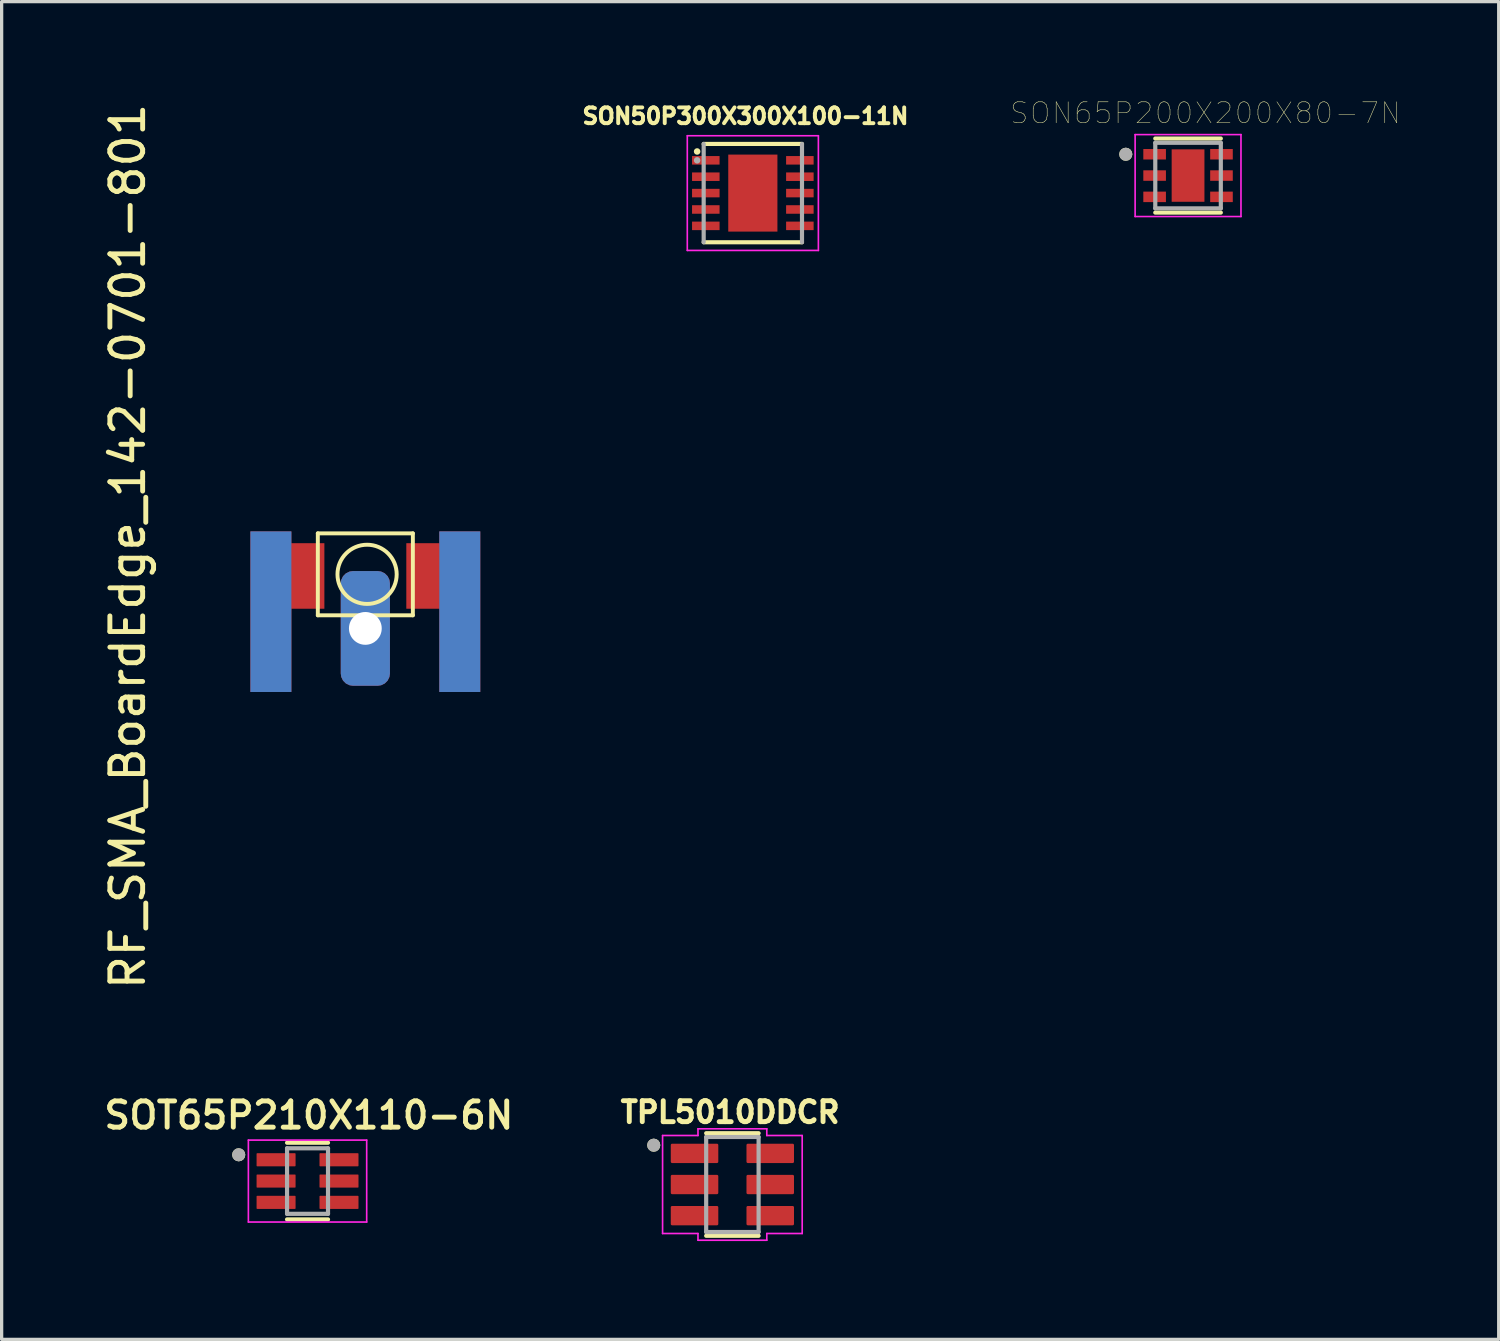
<source format=kicad_pcb>
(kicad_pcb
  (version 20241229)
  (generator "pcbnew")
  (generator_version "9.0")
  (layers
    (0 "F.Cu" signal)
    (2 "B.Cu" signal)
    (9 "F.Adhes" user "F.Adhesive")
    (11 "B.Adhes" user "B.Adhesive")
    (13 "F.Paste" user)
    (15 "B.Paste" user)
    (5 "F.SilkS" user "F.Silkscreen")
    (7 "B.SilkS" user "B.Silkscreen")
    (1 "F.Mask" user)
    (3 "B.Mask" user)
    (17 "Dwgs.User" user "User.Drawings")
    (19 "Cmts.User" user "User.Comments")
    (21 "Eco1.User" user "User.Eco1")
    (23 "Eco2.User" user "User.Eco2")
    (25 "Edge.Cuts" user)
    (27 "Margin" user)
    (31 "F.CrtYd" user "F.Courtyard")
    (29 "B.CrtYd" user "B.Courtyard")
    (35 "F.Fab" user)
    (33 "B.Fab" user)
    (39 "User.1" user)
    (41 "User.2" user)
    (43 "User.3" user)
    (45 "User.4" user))
  (footprint "SON50P300X300X100-11N"
    (layer "F.Cu")
    (at 19.922 2.842)
    (property "Reference" "SON50P300X300X100-11N" (at -0.226 -2.35 0) (layer "F.SilkS") (effects (font (size 0.481 0.481) (thickness 0.15))))
    (attr smd)
    (fp_line (start -1.5 -1.5) (end 1.5 -1.5) (stroke (width 0.127) (type solid)) (layer "F.SilkS"))
    (fp_line (start 1.5 1.5) (end -1.5 1.5) (stroke (width 0.127) (type solid)) (layer "F.SilkS"))
    (fp_circle (center -1.7 -1.27) (end -1.65 -1.27) (stroke (width 0.1) (type solid)) (fill no) (layer "F.SilkS"))
    (fp_poly (pts (xy -0.475 -0.75) (xy 0.475 -0.75) (xy 0.475 0.75) (xy -0.475 0.75)) (stroke (width 0.001) (type solid)) (fill yes) (layer "F.Paste"))
    (fp_line (start -2 -1.75) (end 2 -1.75) (stroke (width 0.05) (type solid)) (layer "F.CrtYd"))
    (fp_line (start -2 1.75) (end -2 -1.75) (stroke (width 0.05) (type solid)) (layer "F.CrtYd"))
    (fp_line (start 2 -1.75) (end 2 1.75) (stroke (width 0.05) (type solid)) (layer "F.CrtYd"))
    (fp_line (start 2 1.75) (end -2 1.75) (stroke (width 0.05) (type solid)) (layer "F.CrtYd"))
    (fp_line (start -1.5 1.5) (end -1.5 -1.5) (stroke (width 0.127) (type solid)) (layer "F.Fab"))
    (fp_line (start 1.5 -1.5) (end 1.5 1.5) (stroke (width 0.127) (type solid)) (layer "F.Fab"))
    (fp_circle (center -1.7 -1) (end -1.65 -1) (stroke (width 0.1) (type solid)) (fill no) (layer "F.Fab"))
    (pad "1" smd rect (at -1.435 -1) (size 0.84 0.26) (layers "F.Cu" "F.Mask" "F.Paste"))
    (pad "2" smd rect (at -1.435 -0.5) (size 0.84 0.26) (layers "F.Cu" "F.Mask" "F.Paste"))
    (pad "3" smd rect (at -1.435 0) (size 0.84 0.26) (layers "F.Cu" "F.Mask" "F.Paste"))
    (pad "4" smd rect (at -1.435 0.5) (size 0.84 0.26) (layers "F.Cu" "F.Mask" "F.Paste"))
    (pad "5" smd rect (at -1.435 1) (size 0.84 0.26) (layers "F.Cu" "F.Mask" "F.Paste"))
    (pad "6" smd rect (at 1.435 1) (size 0.84 0.26) (layers "F.Cu" "F.Mask" "F.Paste"))
    (pad "7" smd rect (at 1.435 0.5) (size 0.84 0.26) (layers "F.Cu" "F.Mask" "F.Paste"))
    (pad "8" smd rect (at 1.435 0) (size 0.84 0.26) (layers "F.Cu" "F.Mask" "F.Paste"))
    (pad "9" smd rect (at 1.435 -0.5) (size 0.84 0.26) (layers "F.Cu" "F.Mask" "F.Paste"))
    (pad "10" smd rect (at 1.435 -1) (size 0.84 0.26) (layers "F.Cu" "F.Mask" "F.Paste"))
    (pad "11" smd rect (at 0 0 90) (size 2.35 1.5) (layers "F.Cu" "F.Mask")))
  (footprint "SON65P200X200X80-7N"
    (layer "F.Cu")
    (at 33.202 2.307)
    (property "Reference" "SON65P200X200X80-7N" (at 0.532 -1.906 0) (layer "F.SilkS") (effects (font (size 0.64 0.64) (thickness 0.015))))
    (attr through_hole)
    (fp_line (start -1 -1.13) (end 1 -1.13) (stroke (width 0.127) (type solid)) (layer "F.SilkS"))
    (fp_line (start -1 1.13) (end 1 1.13) (stroke (width 0.127) (type solid)) (layer "F.SilkS"))
    (fp_circle (center -1.9 -0.65) (end -1.8 -0.65) (stroke (width 0.2) (type solid)) (fill no) (layer "F.SilkS"))
    (fp_poly (pts (xy -0.316 -0.506) (xy 0.316 -0.506) (xy 0.316 0.506) (xy -0.316 0.506)) (stroke (width 0.01) (type solid)) (fill yes) (layer "F.Paste"))
    (fp_line (start -1.615 -1.25) (end -1.615 1.25) (stroke (width 0.05) (type solid)) (layer "F.CrtYd"))
    (fp_line (start -1.615 -1.25) (end 1.615 -1.25) (stroke (width 0.05) (type solid)) (layer "F.CrtYd"))
    (fp_line (start -1.615 1.25) (end 1.615 1.25) (stroke (width 0.05) (type solid)) (layer "F.CrtYd"))
    (fp_line (start 1.615 -1.25) (end 1.615 1.25) (stroke (width 0.05) (type solid)) (layer "F.CrtYd"))
    (fp_line (start -1 -1) (end -1 1) (stroke (width 0.127) (type solid)) (layer "F.Fab"))
    (fp_line (start -1 -1) (end 1 -1) (stroke (width 0.127) (type solid)) (layer "F.Fab"))
    (fp_line (start -1 1) (end 1 1) (stroke (width 0.127) (type solid)) (layer "F.Fab"))
    (fp_line (start 1 -1) (end 1 1) (stroke (width 0.127) (type solid)) (layer "F.Fab"))
    (fp_circle (center -1.9 -0.65) (end -1.8 -0.65) (stroke (width 0.2) (type solid)) (fill no) (layer "F.Fab"))
    (pad "1" smd rect (at -1.02 -0.65) (size 0.69 0.32) (layers "F.Cu" "F.Mask" "F.Paste"))
    (pad "2" smd rect (at -1.02 0) (size 0.69 0.32) (layers "F.Cu" "F.Mask" "F.Paste"))
    (pad "3" smd rect (at -1.02 0.65) (size 0.69 0.32) (layers "F.Cu" "F.Mask" "F.Paste"))
    (pad "4" smd rect (at 1.02 0.65) (size 0.69 0.32) (layers "F.Cu" "F.Mask" "F.Paste"))
    (pad "5" smd rect (at 1.02 0) (size 0.69 0.32) (layers "F.Cu" "F.Mask" "F.Paste"))
    (pad "6" smd rect (at 1.02 -0.65) (size 0.69 0.32) (layers "F.Cu" "F.Mask" "F.Paste"))
    (pad "7" smd rect (at 0 0) (size 1 1.6) (layers "F.Cu" "F.Mask")))
  (footprint "SOT65P210X110-6N"
    (layer "F.Cu")
    (at 6.334 32.989)
    (property "Reference" "SOT65P210X110-6N" (at 0.04 -2.008 0) (layer "F.SilkS") (effects (font (size 0.8 0.8) (thickness 0.15))))
    (attr through_hole)
    (fp_line (start -0.625 -1.17) (end 0.625 -1.17) (stroke (width 0.127) (type solid)) (layer "F.SilkS"))
    (fp_line (start -0.625 1.17) (end 0.625 1.17) (stroke (width 0.127) (type solid)) (layer "F.SilkS"))
    (fp_circle (center -2.1 -0.802) (end -2 -0.802) (stroke (width 0.2) (type solid)) (fill no) (layer "F.SilkS"))
    (fp_line (start -1.805 -1.25) (end -1.805 1.25) (stroke (width 0.05) (type solid)) (layer "F.CrtYd"))
    (fp_line (start -1.805 1.25) (end 1.805 1.25) (stroke (width 0.05) (type solid)) (layer "F.CrtYd"))
    (fp_line (start 1.805 -1.25) (end -1.805 -1.25) (stroke (width 0.05) (type solid)) (layer "F.CrtYd"))
    (fp_line (start 1.805 1.25) (end 1.805 -1.25) (stroke (width 0.05) (type solid)) (layer "F.CrtYd"))
    (fp_line (start -0.625 -1) (end -0.625 1) (stroke (width 0.127) (type solid)) (layer "F.Fab"))
    (fp_line (start -0.625 1) (end 0.625 1) (stroke (width 0.127) (type solid)) (layer "F.Fab"))
    (fp_line (start 0.625 -1) (end -0.625 -1) (stroke (width 0.127) (type solid)) (layer "F.Fab"))
    (fp_line (start 0.625 1) (end 0.625 -1) (stroke (width 0.127) (type solid)) (layer "F.Fab"))
    (fp_circle (center -2.1 -0.802) (end -2 -0.802) (stroke (width 0.2) (type solid)) (fill no) (layer "F.Fab"))
    (pad "1" smd roundrect (at -0.96 -0.65) (size 1.19 0.4) (layers "F.Cu" "F.Mask" "F.Paste") (roundrect_rratio 0.05))
    (pad "2" smd roundrect (at -0.96 0) (size 1.19 0.4) (layers "F.Cu" "F.Mask" "F.Paste") (roundrect_rratio 0.05))
    (pad "3" smd roundrect (at -0.96 0.65) (size 1.19 0.4) (layers "F.Cu" "F.Mask" "F.Paste") (roundrect_rratio 0.05))
    (pad "4" smd roundrect (at 0.96 0.65) (size 1.19 0.4) (layers "F.Cu" "F.Mask" "F.Paste") (roundrect_rratio 0.05))
    (pad "5" smd roundrect (at 0.96 0) (size 1.19 0.4) (layers "F.Cu" "F.Mask" "F.Paste") (roundrect_rratio 0.05))
    (pad "6" smd roundrect (at 0.96 -0.65) (size 1.19 0.4) (layers "F.Cu" "F.Mask" "F.Paste") (roundrect_rratio 0.05)))
  (footprint "TPL5010DDCR"
    (layer "F.Cu")
    (at 19.298 33.094)
    (property "Reference" "TPL5010DDCR" (at -0.068 -2.206 0) (layer "F.SilkS") (effects (font (size 0.64 0.64) (thickness 0.15))))
    (attr smd)
    (fp_line (start -0.8 -1.565) (end 0.8 -1.565) (stroke (width 0.127) (type solid)) (layer "F.SilkS"))
    (fp_line (start -0.8 1.565) (end 0.8 1.565) (stroke (width 0.127) (type solid)) (layer "F.SilkS"))
    (fp_circle (center -2.4 -1.2) (end -2.3 -1.2) (stroke (width 0.2) (type solid)) (fill no) (layer "F.SilkS"))
    (fp_line (start -2.13 -1.495) (end -2.13 1.495) (stroke (width 0.05) (type solid)) (layer "F.CrtYd"))
    (fp_line (start -2.13 1.495) (end -1.05 1.495) (stroke (width 0.05) (type solid)) (layer "F.CrtYd"))
    (fp_line (start -1.05 -1.7) (end -1.05 -1.495) (stroke (width 0.05) (type solid)) (layer "F.CrtYd"))
    (fp_line (start -1.05 -1.495) (end -2.13 -1.495) (stroke (width 0.05) (type solid)) (layer "F.CrtYd"))
    (fp_line (start -1.05 1.495) (end -1.05 1.7) (stroke (width 0.05) (type solid)) (layer "F.CrtYd"))
    (fp_line (start -1.05 1.7) (end 1.05 1.7) (stroke (width 0.05) (type solid)) (layer "F.CrtYd"))
    (fp_line (start 1.05 -1.7) (end -1.05 -1.7) (stroke (width 0.05) (type solid)) (layer "F.CrtYd"))
    (fp_line (start 1.05 -1.495) (end 1.05 -1.7) (stroke (width 0.05) (type solid)) (layer "F.CrtYd"))
    (fp_line (start 1.05 1.495) (end 2.13 1.495) (stroke (width 0.05) (type solid)) (layer "F.CrtYd"))
    (fp_line (start 1.05 1.7) (end 1.05 1.495) (stroke (width 0.05) (type solid)) (layer "F.CrtYd"))
    (fp_line (start 2.13 -1.495) (end 1.05 -1.495) (stroke (width 0.05) (type solid)) (layer "F.CrtYd"))
    (fp_line (start 2.13 1.495) (end 2.13 -1.495) (stroke (width 0.05) (type solid)) (layer "F.CrtYd"))
    (fp_line (start -0.8 -1.45) (end -0.8 1.45) (stroke (width 0.127) (type solid)) (layer "F.Fab"))
    (fp_line (start -0.8 1.45) (end 0.8 1.45) (stroke (width 0.127) (type solid)) (layer "F.Fab"))
    (fp_line (start 0.8 -1.45) (end -0.8 -1.45) (stroke (width 0.127) (type solid)) (layer "F.Fab"))
    (fp_line (start 0.8 1.45) (end 0.8 -1.45) (stroke (width 0.127) (type solid)) (layer "F.Fab"))
    (fp_circle (center -2.4 -1.2) (end -2.3 -1.2) (stroke (width 0.2) (type solid)) (fill no) (layer "F.Fab"))
    (pad "1" smd roundrect (at -1.155 -0.95) (size 1.45 0.59) (layers "F.Cu" "F.Mask" "F.Paste") (roundrect_rratio 0.07))
    (pad "2" smd roundrect (at -1.155 0) (size 1.45 0.59) (layers "F.Cu" "F.Mask" "F.Paste") (roundrect_rratio 0.07))
    (pad "3" smd roundrect (at -1.155 0.95) (size 1.45 0.59) (layers "F.Cu" "F.Mask" "F.Paste") (roundrect_rratio 0.07))
    (pad "4" smd roundrect (at 1.155 0.95) (size 1.45 0.59) (layers "F.Cu" "F.Mask" "F.Paste") (roundrect_rratio 0.07))
    (pad "5" smd roundrect (at 1.155 0) (size 1.45 0.59) (layers "F.Cu" "F.Mask" "F.Paste") (roundrect_rratio 0.07))
    (pad "6" smd roundrect (at 1.155 -0.95) (size 1.45 0.59) (layers "F.Cu" "F.Mask" "F.Paste") (roundrect_rratio 0.07)))
  (footprint "RF_SMA_BoardEdge_142-0701-801"
    (layer "F.Cu")
    (at 8.148 13.175)
    (property "Reference" "RF_SMA_BoardEdge_142-0701-801" (at -7.3 0.45 90) (layer "F.SilkS") (effects (font (size 1 1) (thickness 0.15))))
    (attr through_hole)
    (fp_line (start -1.5 0.05) (end -1.5 2.55) (stroke (width 0.12) (type solid)) (layer "F.SilkS"))
    (fp_line (start -1.5 0.05) (end 1.4 0.05) (stroke (width 0.12) (type solid)) (layer "F.SilkS"))
    (fp_line (start 1.4 0.05) (end 1.4 2.55) (stroke (width 0.12) (type solid)) (layer "F.SilkS"))
    (fp_line (start 1.4 2.55) (end -1.5 2.55) (stroke (width 0.12) (type solid)) (layer "F.SilkS"))
    (fp_circle (center 0.003 1.3) (end 0.574 2) (stroke (width 0.12) (type solid)) (fill no) (layer "F.SilkS"))
    (pad "1" thru_hole roundrect (at -0.05 2.95) (size 1.5 3.5) (drill 1) (layers "*.Cu" "*.Mask") (roundrect_rratio 0.25))
    (pad "2" smd rect (at -2.932 2.44) (size 1.25 4.9) (layers "F.Cu" "F.Mask" "F.Paste"))
    (pad "2" smd rect (at -2.932 2.44) (size 1.25 4.9) (layers "B.Cu" "B.Mask" "B.Paste"))
    (pad "2" smd rect (at -2.3 1.35) (size 2 2) (layers "F.Cu" "F.Mask" "F.Paste"))
    (pad "2" smd rect (at 2.2 1.35) (size 2 2) (layers "F.Cu" "F.Mask" "F.Paste"))
    (pad "2" smd rect (at 2.832 2.44) (size 1.25 4.9) (layers "F.Cu" "F.Mask" "F.Paste"))
    (pad "2" smd rect (at 2.832 2.44) (size 1.25 4.9) (layers "B.Cu" "B.Mask" "B.Paste")))
  (gr_rect
    (start -3 -3)
    (end 42.681 37.819)
    (stroke (width 0.1) (type default))
    (fill no)
    (layer "Edge.Cuts")))
</source>
